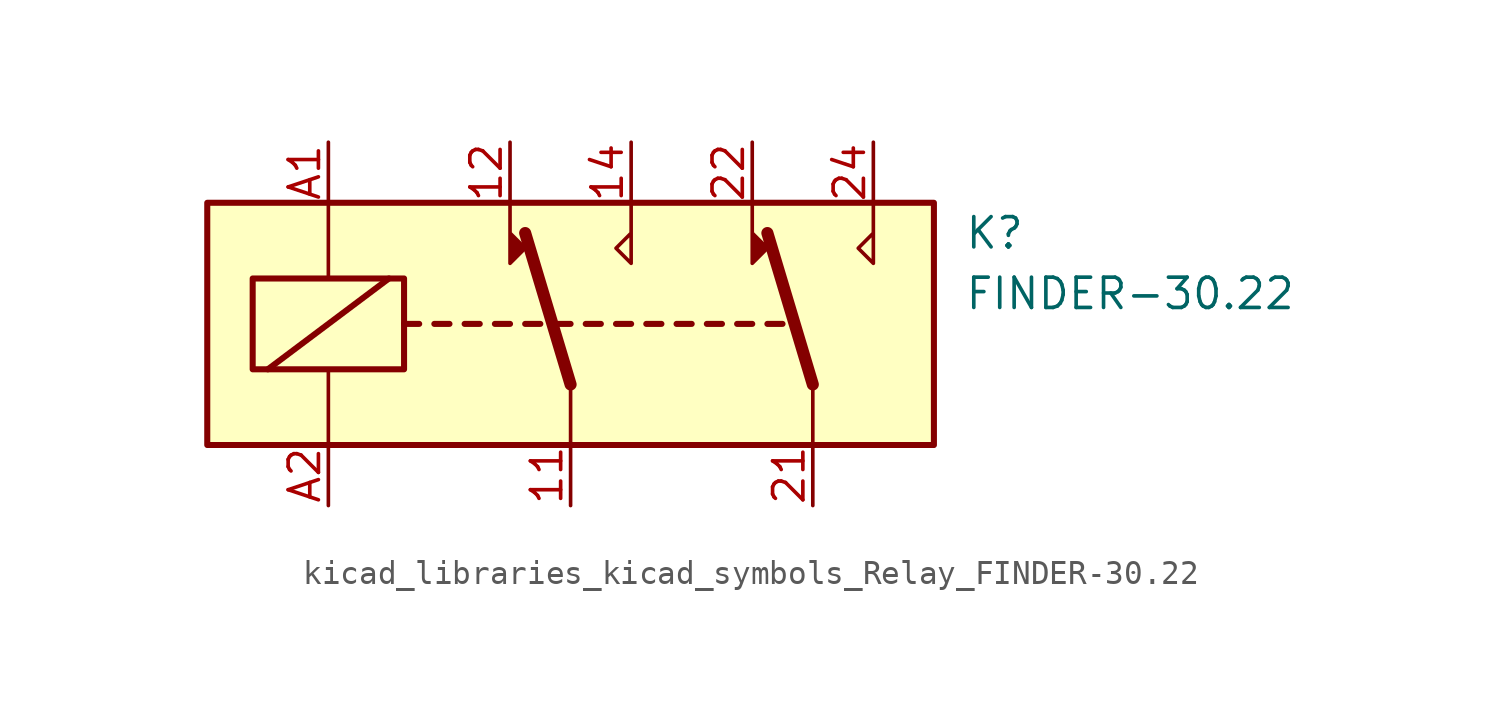
<source format=kicad_sym>
(kicad_symbol_lib
  (version 20220914)
  (generator kicad_symbol_editor)
  (symbol "kicad_libraries_kicad_symbols_Relay_FINDER-30.22"
    (property "Reference" "K"
      (at 16.51 3.81 0)
      (effects (font (size 1.27 1.27)) (justify left)))
    (property "Value" "FINDER-30.22"
      (at 16.51 1.27 0)
      (effects (font (size 1.27 1.27)) (justify left)))
    (symbol "kicad_libraries_kicad_symbols_Relay_FINDER-30.22_0_0"
      (polyline (pts (xy -2.54 5.08) (xy -2.54 2.54) (xy -1.905 3.175) (xy -2.54 3.81)) (stroke (width 0) (type default)) (fill (type outline)))
      (polyline (pts (xy 2.54 5.08) (xy 2.54 2.54) (xy 1.905 3.175) (xy 2.54 3.81)) (stroke (width 0) (type default)) (fill (type none)))
      (polyline (pts (xy 7.62 5.08) (xy 7.62 2.54) (xy 8.255 3.175) (xy 7.62 3.81)) (stroke (width 0) (type default)) (fill (type outline)))
      (polyline (pts (xy 12.7 5.08) (xy 12.7 2.54) (xy 12.065 3.175) (xy 12.7 3.81)) (stroke (width 0) (type default)) (fill (type none))))
    (symbol "kicad_libraries_kicad_symbols_Relay_FINDER-30.22_0_1"
      (rectangle (start -15.24 5.08) (end 15.24 -5.08) (stroke (width 0.254) (type default)) (fill (type background)))
      (rectangle (start -13.335 1.905) (end -6.985 -1.905) (stroke (width 0.254) (type default)) (fill (type none)))
      (polyline (pts (xy -12.7 -1.905) (xy -7.62 1.905)) (stroke (width 0.254) (type default)) (fill (type none)))
      (polyline (pts (xy -10.16 -5.08) (xy -10.16 -1.905)) (stroke (width 0) (type default)) (fill (type none)))
      (polyline (pts (xy -10.16 5.08) (xy -10.16 1.905)) (stroke (width 0) (type default)) (fill (type none)))
      (polyline (pts (xy -6.985 0) (xy -6.35 0)) (stroke (width 0.254) (type default)) (fill (type none)))
      (polyline (pts (xy -5.715 0) (xy -5.08 0)) (stroke (width 0.254) (type default)) (fill (type none)))
      (polyline (pts (xy -4.445 0) (xy -3.81 0)) (stroke (width 0.254) (type default)) (fill (type none)))
      (polyline (pts (xy -3.175 0) (xy -2.54 0)) (stroke (width 0.254) (type default)) (fill (type none)))
      (polyline (pts (xy -1.905 0) (xy -1.27 0)) (stroke (width 0.254) (type default)) (fill (type none)))
      (polyline (pts (xy -0.635 0) (xy 0 0)) (stroke (width 0.254) (type default)) (fill (type none)))
      (polyline (pts (xy 0 -2.54) (xy -1.905 3.81)) (stroke (width 0.508) (type default)) (fill (type none)))
      (polyline (pts (xy 0 -2.54) (xy 0 -5.08)) (stroke (width 0) (type default)) (fill (type none)))
      (polyline (pts (xy 0.635 0) (xy 1.27 0)) (stroke (width 0.254) (type default)) (fill (type none)))
      (polyline (pts (xy 1.905 0) (xy 2.54 0)) (stroke (width 0.254) (type default)) (fill (type none)))
      (polyline (pts (xy 3.175 0) (xy 3.81 0)) (stroke (width 0.254) (type default)) (fill (type none)))
      (polyline (pts (xy 4.445 0) (xy 5.08 0)) (stroke (width 0.254) (type default)) (fill (type none)))
      (polyline (pts (xy 5.715 0) (xy 6.35 0)) (stroke (width 0.254) (type default)) (fill (type none)))
      (polyline (pts (xy 6.985 0) (xy 7.62 0)) (stroke (width 0.254) (type default)) (fill (type none)))
      (polyline (pts (xy 8.255 0) (xy 8.89 0)) (stroke (width 0.254) (type default)) (fill (type none)))
      (polyline (pts (xy 10.16 -2.54) (xy 8.255 3.81)) (stroke (width 0.508) (type default)) (fill (type none)))
      (polyline (pts (xy 10.16 -2.54) (xy 10.16 -5.08)) (stroke (width 0) (type default)) (fill (type none))))
    (symbol "kicad_libraries_kicad_symbols_Relay_FINDER-30.22_1_1"
      (pin passive line (at 0 -7.62 90) (length 2.54) (name "~" (effects (font (size 1.27 1.27)))) (number "11" (effects (font (size 1.27 1.27)))))
      (pin passive line (at -2.54 7.62 270) (length 2.54) (name "~" (effects (font (size 1.27 1.27)))) (number "12" (effects (font (size 1.27 1.27)))))
      (pin passive line (at 2.54 7.62 270) (length 2.54) (name "~" (effects (font (size 1.27 1.27)))) (number "14" (effects (font (size 1.27 1.27)))))
      (pin passive line (at 10.16 -7.62 90) (length 2.54) (name "~" (effects (font (size 1.27 1.27)))) (number "21" (effects (font (size 1.27 1.27)))))
      (pin passive line (at 7.62 7.62 270) (length 2.54) (name "~" (effects (font (size 1.27 1.27)))) (number "22" (effects (font (size 1.27 1.27)))))
      (pin passive line (at 12.7 7.62 270) (length 2.54) (name "~" (effects (font (size 1.27 1.27)))) (number "24" (effects (font (size 1.27 1.27)))))
      (pin passive line (at -10.16 7.62 270) (length 2.54) (name "~" (effects (font (size 1.27 1.27)))) (number "A1" (effects (font (size 1.27 1.27)))))
      (pin passive line (at -10.16 -7.62 90) (length 2.54) (name "~" (effects (font (size 1.27 1.27)))) (number "A2" (effects (font (size 1.27 1.27))))))))
</source>
